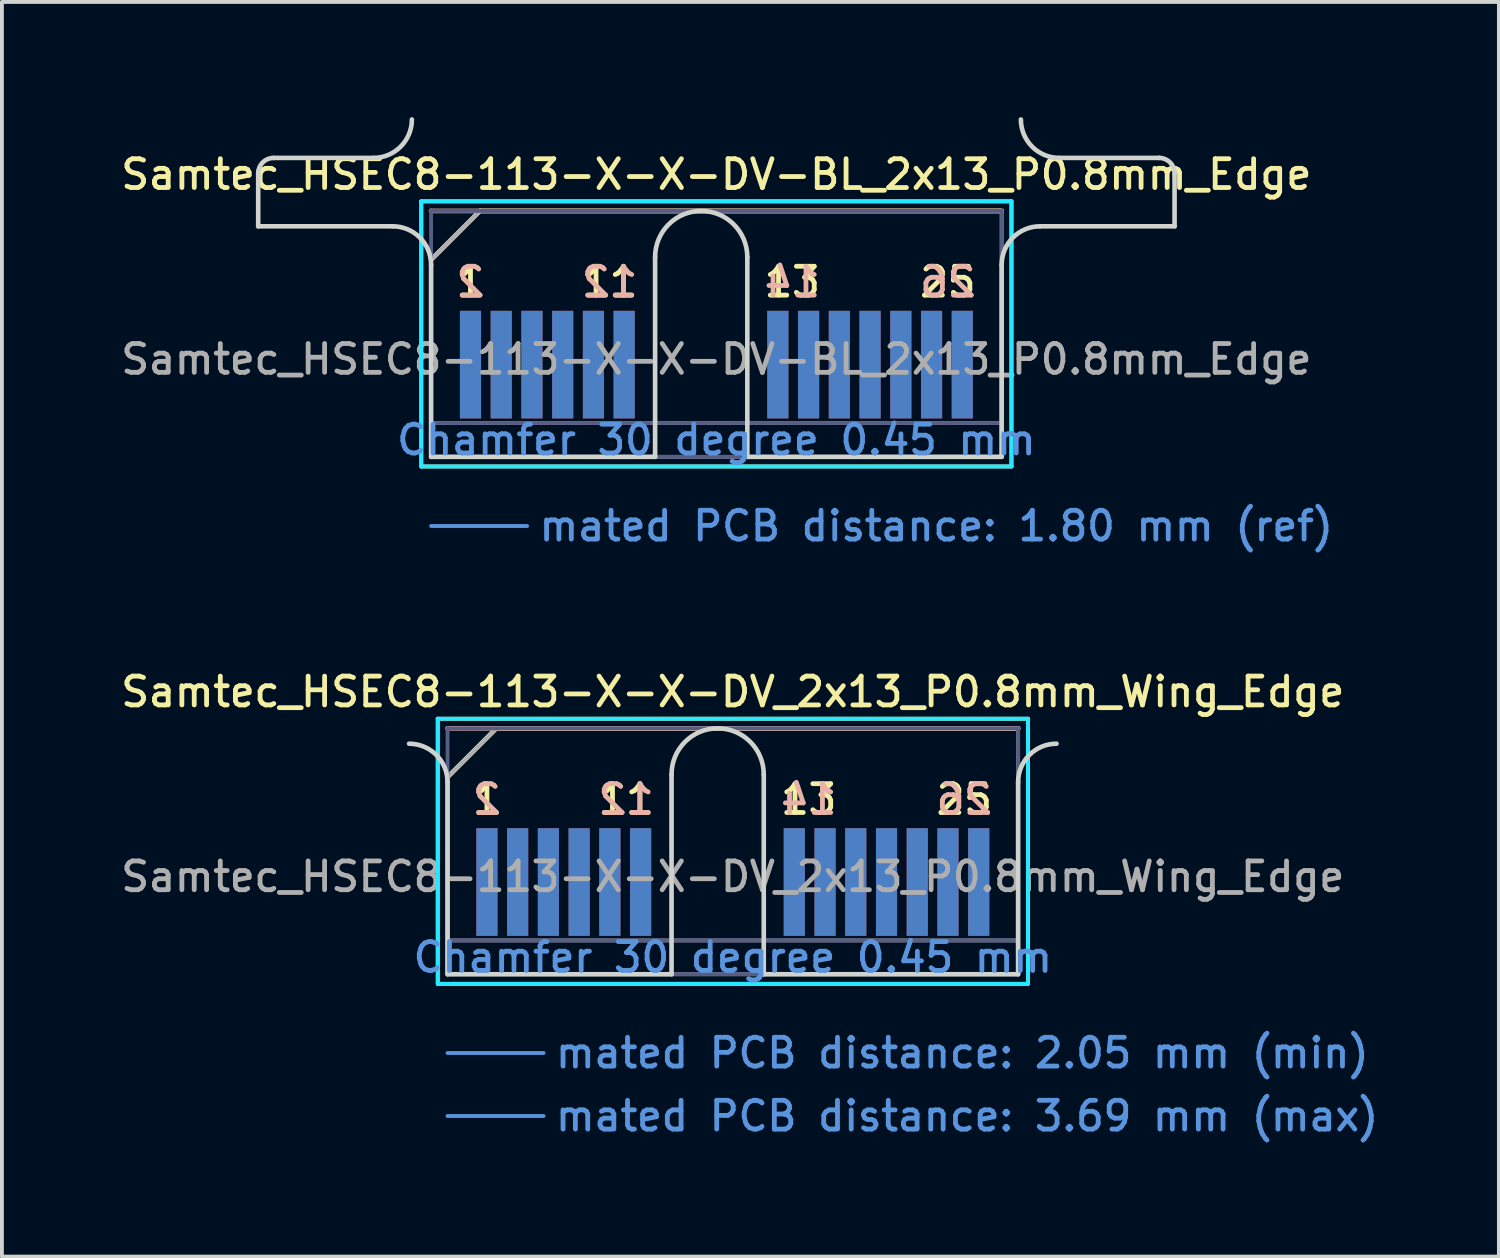
<source format=kicad_pcb>
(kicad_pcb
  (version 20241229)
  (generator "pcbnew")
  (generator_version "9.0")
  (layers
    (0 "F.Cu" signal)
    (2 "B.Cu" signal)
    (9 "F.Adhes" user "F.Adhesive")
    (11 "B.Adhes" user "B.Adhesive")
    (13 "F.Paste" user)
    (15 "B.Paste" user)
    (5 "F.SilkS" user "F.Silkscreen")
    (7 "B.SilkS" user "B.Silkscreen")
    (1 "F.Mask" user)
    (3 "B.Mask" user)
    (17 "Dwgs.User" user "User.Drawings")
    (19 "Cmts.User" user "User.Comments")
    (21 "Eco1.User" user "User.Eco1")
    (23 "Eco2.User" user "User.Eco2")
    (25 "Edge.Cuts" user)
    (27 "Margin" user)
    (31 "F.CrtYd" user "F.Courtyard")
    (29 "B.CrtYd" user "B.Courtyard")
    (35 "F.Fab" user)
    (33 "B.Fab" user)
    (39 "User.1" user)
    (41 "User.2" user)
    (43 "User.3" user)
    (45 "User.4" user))
  (footprint "Samtec_HSEC8-113-X-X-DV_2x13_P0.8mm_Wing_Edge"
    (layer "F.Cu")
    (at 16.023 22.306)
    (property "Reference" "Samtec_HSEC8-113-X-X-DV_2x13_P0.8mm_Wing_Edge" (at 0 -7.35 0) (layer "F.SilkS") (effects (font (size 0.75 0.75) (thickness 0.125))))
    (attr exclude_from_pos_files exclude_from_bom)
    (fp_line (start -7.68 -6.65) (end -7.68 0.25) (stroke (width 0.1) (type solid)) (layer "F.SilkS"))
    (fp_line (start -7.68 0.25) (end 7.68 0.25) (stroke (width 0.1) (type solid)) (layer "F.SilkS"))
    (fp_line (start -7.425 -5.13) (end -6.155 -6.4) (stroke (width 0.12) (type solid)) (layer "F.SilkS"))
    (fp_line (start -6.155 -6.4) (end 7.425 -6.4) (stroke (width 0.12) (type solid)) (layer "F.SilkS"))
    (fp_line (start 7.68 -6.65) (end -7.68 -6.65) (stroke (width 0.1) (type solid)) (layer "F.SilkS"))
    (fp_line (start 7.68 0.25) (end 7.68 -6.65) (stroke (width 0.1) (type solid)) (layer "F.SilkS"))
    (fp_line (start -7.425 -6.4) (end -7.425 -6.4) (stroke (width 0.12) (type solid)) (layer "B.SilkS"))
    (fp_line (start -7.425 -6.4) (end 7.425 -6.4) (stroke (width 0.12) (type solid)) (layer "B.SilkS"))
    (fp_line (start -7.425 2.05) (end -4.925 2.05) (stroke (width 0.1) (type solid)) (layer "Cmts.User"))
    (fp_line (start -7.425 3.69) (end -4.925 3.69) (stroke (width 0.1) (type solid)) (layer "Cmts.User"))
    (fp_line (start -7.425 -5) (end -7.425 0) (stroke (width 0.12) (type solid)) (layer "Edge.Cuts"))
    (fp_line (start -7.425 0) (end -1.595 0) (stroke (width 0.12) (type solid)) (layer "Edge.Cuts"))
    (fp_line (start -1.595 0) (end -1.595 -5.2) (stroke (width 0.12) (type solid)) (layer "Edge.Cuts"))
    (fp_line (start 0.805 -5.2) (end 0.805 0) (stroke (width 0.12) (type solid)) (layer "Edge.Cuts"))
    (fp_line (start 0.805 0) (end 7.425 0) (stroke (width 0.12) (type solid)) (layer "Edge.Cuts"))
    (fp_line (start 7.425 0) (end 7.425 -5) (stroke (width 0.12) (type solid)) (layer "Edge.Cuts"))
    (fp_arc (start -8.425 -6) (mid -7.717893 -5.707107) (end -7.425 -5) (stroke (width 0.12) (type solid)) (layer "Edge.Cuts"))
    (fp_arc (start -1.595 -5.2) (mid -0.395 -6.4) (end 0.805 -5.2) (stroke (width 0.12) (type solid)) (layer "Edge.Cuts"))
    (fp_arc (start 7.425 -5) (mid 7.717893 -5.707107) (end 8.425 -6) (stroke (width 0.12) (type solid)) (layer "Edge.Cuts"))
    (fp_line (start -7.68 -6.65) (end -7.68 0.25) (stroke (width 0.1) (type solid)) (layer "B.CrtYd"))
    (fp_line (start -7.68 0.25) (end 7.68 0.25) (stroke (width 0.1) (type solid)) (layer "B.CrtYd"))
    (fp_line (start 7.68 -6.65) (end -7.68 -6.65) (stroke (width 0.1) (type solid)) (layer "B.CrtYd"))
    (fp_line (start 7.68 0.25) (end 7.68 -6.65) (stroke (width 0.1) (type solid)) (layer "B.CrtYd"))
    (fp_line (start -7.425 -6.4) (end -7.425 -6.4) (stroke (width 0.1) (type solid)) (layer "B.Fab"))
    (fp_line (start -7.425 -6.4) (end -7.425 0) (stroke (width 0.1) (type solid)) (layer "B.Fab"))
    (fp_line (start -7.425 -6.4) (end 7.425 -6.4) (stroke (width 0.1) (type solid)) (layer "B.Fab"))
    (fp_line (start -7.425 -0.88) (end 7.425 -0.88) (stroke (width 0.1) (type solid)) (layer "B.Fab"))
    (fp_line (start -7.425 0) (end 7.425 0) (stroke (width 0.1) (type solid)) (layer "B.Fab"))
    (fp_line (start 7.425 -6.4) (end 7.425 0) (stroke (width 0.1) (type solid)) (layer "B.Fab"))
    (fp_line (start -7.425 -5.13) (end -7.425 0) (stroke (width 0.1) (type solid)) (layer "F.Fab"))
    (fp_line (start -7.425 -5.13) (end -6.155 -6.4) (stroke (width 0.1) (type solid)) (layer "F.Fab"))
    (fp_line (start -7.425 -0.88) (end 7.425 -0.88) (stroke (width 0.1) (type solid)) (layer "F.Fab"))
    (fp_line (start -7.425 0) (end 7.425 0) (stroke (width 0.1) (type solid)) (layer "F.Fab"))
    (fp_line (start -6.155 -6.4) (end 7.425 -6.4) (stroke (width 0.1) (type solid)) (layer "F.Fab"))
    (fp_line (start 7.425 -6.4) (end 7.425 0) (stroke (width 0.1) (type solid)) (layer "F.Fab"))
    (fp_text user "25" (at 6.025 -4.55 0) (layer "F.SilkS") (effects (font (size 0.75 0.75) (thickness 0.125))))
    (fp_text user "13" (at 1.975 -4.55 0) (layer "F.SilkS") (effects (font (size 0.75 0.75) (thickness 0.125))))
    (fp_text user "11" (at -2.775 -4.55 0) (layer "F.SilkS") (effects (font (size 0.75 0.75) (thickness 0.125))))
    (fp_text user "1" (at -6.4 -4.55 0) (layer "F.SilkS") (effects (font (size 0.75 0.75) (thickness 0.125))))
    (fp_text user "14" (at 1.975 -4.55 0) (layer "B.SilkS") (effects (font (size 0.75 0.75) (thickness 0.125)) (justify mirror)))
    (fp_text user "12" (at -2.775 -4.55 0) (layer "B.SilkS") (effects (font (size 0.75 0.75) (thickness 0.125)) (justify mirror)))
    (fp_text user "26" (at 6.025 -4.55 0) (layer "B.SilkS") (effects (font (size 0.75 0.75) (thickness 0.125)) (justify mirror)))
    (fp_text user "2" (at -6.4 -4.55 0) (layer "B.SilkS") (effects (font (size 0.75 0.75) (thickness 0.125)) (justify mirror)))
    (fp_text user "mated PCB distance: 2.05 mm (min)" (at -4.68 2.05 0) (layer "Cmts.User") (effects (font (size 0.75 0.75) (thickness 0.125)) (justify left)))
    (fp_text user "mated PCB distance: 3.69 mm (max)" (at -4.68 3.69 0) (layer "Cmts.User") (effects (font (size 0.75 0.75) (thickness 0.125)) (justify left)))
    (fp_text user "Chamfer 30 degree 0.45 mm" (at 0 -0.44 0) (layer "Cmts.User") (effects (font (size 0.75 0.75) (thickness 0.125))))
    (fp_text user "${REFERENCE}" (at 0 -2.54 0) (layer "F.Fab") (effects (font (size 0.75 0.75) (thickness 0.125))))
    (pad "1" connect rect (at -6.4 -2.4) (size 0.55 2.8) (layers "F.Cu" "F.Mask"))
    (pad "2" connect rect (at -6.4 -2.4) (size 0.55 2.8) (layers "B.Cu" "B.Mask"))
    (pad "3" connect rect (at -5.6 -2.4) (size 0.55 2.8) (layers "F.Cu" "F.Mask"))
    (pad "4" connect rect (at -5.6 -2.4) (size 0.55 2.8) (layers "B.Cu" "B.Mask"))
    (pad "5" connect rect (at -4.8 -2.4) (size 0.55 2.8) (layers "F.Cu" "F.Mask"))
    (pad "6" connect rect (at -4.8 -2.4) (size 0.55 2.8) (layers "B.Cu" "B.Mask"))
    (pad "7" connect rect (at -4 -2.4) (size 0.55 2.8) (layers "F.Cu" "F.Mask"))
    (pad "8" connect rect (at -4 -2.4) (size 0.55 2.8) (layers "B.Cu" "B.Mask"))
    (pad "9" connect rect (at -3.2 -2.4) (size 0.55 2.8) (layers "F.Cu" "F.Mask"))
    (pad "10" connect rect (at -3.2 -2.4) (size 0.55 2.8) (layers "B.Cu" "B.Mask"))
    (pad "11" connect rect (at -2.4 -2.4) (size 0.55 2.8) (layers "F.Cu" "F.Mask"))
    (pad "12" connect rect (at -2.4 -2.4) (size 0.55 2.8) (layers "B.Cu" "B.Mask"))
    (pad "13" connect rect (at 1.6 -2.4) (size 0.55 2.8) (layers "F.Cu" "F.Mask"))
    (pad "14" connect rect (at 1.6 -2.4) (size 0.55 2.8) (layers "B.Cu" "B.Mask"))
    (pad "15" connect rect (at 2.4 -2.4) (size 0.55 2.8) (layers "F.Cu" "F.Mask"))
    (pad "16" connect rect (at 2.4 -2.4) (size 0.55 2.8) (layers "B.Cu" "B.Mask"))
    (pad "17" connect rect (at 3.2 -2.4) (size 0.55 2.8) (layers "F.Cu" "F.Mask"))
    (pad "18" connect rect (at 3.2 -2.4) (size 0.55 2.8) (layers "B.Cu" "B.Mask"))
    (pad "19" connect rect (at 4 -2.4) (size 0.55 2.8) (layers "F.Cu" "F.Mask"))
    (pad "20" connect rect (at 4 -2.4) (size 0.55 2.8) (layers "B.Cu" "B.Mask"))
    (pad "21" connect rect (at 4.8 -2.4) (size 0.55 2.8) (layers "F.Cu" "F.Mask"))
    (pad "22" connect rect (at 4.8 -2.4) (size 0.55 2.8) (layers "B.Cu" "B.Mask"))
    (pad "23" connect rect (at 5.6 -2.4) (size 0.55 2.8) (layers "F.Cu" "F.Mask"))
    (pad "24" connect rect (at 5.6 -2.4) (size 0.55 2.8) (layers "B.Cu" "B.Mask"))
    (pad "25" connect rect (at 6.4 -2.4) (size 0.55 2.8) (layers "F.Cu" "F.Mask"))
    (pad "26" connect rect (at 6.4 -2.4) (size 0.55 2.8) (layers "B.Cu" "B.Mask")))
  (footprint "Samtec_HSEC8-113-X-X-DV-BL_2x13_P0.8mm_Edge"
    (layer "F.Cu")
    (at 15.595 8.84)
    (property "Reference" "Samtec_HSEC8-113-X-X-DV-BL_2x13_P0.8mm_Edge" (at 0 -7.35 0) (layer "F.SilkS") (effects (font (size 0.75 0.75) (thickness 0.125))))
    (attr exclude_from_pos_files exclude_from_bom)
    (fp_line (start -7.68 -6.65) (end -7.68 0.25) (stroke (width 0.1) (type solid)) (layer "F.SilkS"))
    (fp_line (start -7.68 0.25) (end 7.68 0.25) (stroke (width 0.1) (type solid)) (layer "F.SilkS"))
    (fp_line (start -7.425 -5.13) (end -6.155 -6.4) (stroke (width 0.12) (type solid)) (layer "F.SilkS"))
    (fp_line (start -6.155 -6.4) (end 7.425 -6.4) (stroke (width 0.12) (type solid)) (layer "F.SilkS"))
    (fp_line (start 7.68 -6.65) (end -7.68 -6.65) (stroke (width 0.1) (type solid)) (layer "F.SilkS"))
    (fp_line (start 7.68 0.25) (end 7.68 -6.65) (stroke (width 0.1) (type solid)) (layer "F.SilkS"))
    (fp_line (start -7.425 -6.4) (end -7.425 -6.4) (stroke (width 0.12) (type solid)) (layer "B.SilkS"))
    (fp_line (start -7.425 -6.4) (end 7.425 -6.4) (stroke (width 0.12) (type solid)) (layer "B.SilkS"))
    (fp_line (start -7.425 1.8) (end -4.925 1.8) (stroke (width 0.1) (type solid)) (layer "Cmts.User"))
    (fp_line (start -11.925 -6) (end -11.925 -7.38) (stroke (width 0.12) (type solid)) (layer "Edge.Cuts"))
    (fp_line (start -11.525 -7.78) (end -8.925 -7.78) (stroke (width 0.12) (type solid)) (layer "Edge.Cuts"))
    (fp_line (start -8.425 -6) (end -11.925 -6) (stroke (width 0.12) (type solid)) (layer "Edge.Cuts"))
    (fp_line (start -7.425 -5) (end -7.425 0) (stroke (width 0.12) (type solid)) (layer "Edge.Cuts"))
    (fp_line (start -7.425 0) (end -1.595 0) (stroke (width 0.12) (type solid)) (layer "Edge.Cuts"))
    (fp_line (start -1.595 0) (end -1.595 -5.2) (stroke (width 0.12) (type solid)) (layer "Edge.Cuts"))
    (fp_line (start 0.805 -5.2) (end 0.805 0) (stroke (width 0.12) (type solid)) (layer "Edge.Cuts"))
    (fp_line (start 0.805 0) (end 7.425 0) (stroke (width 0.12) (type solid)) (layer "Edge.Cuts"))
    (fp_line (start 7.425 0) (end 7.425 -5) (stroke (width 0.12) (type solid)) (layer "Edge.Cuts"))
    (fp_line (start 8.425 -6) (end 11.925 -6) (stroke (width 0.12) (type solid)) (layer "Edge.Cuts"))
    (fp_line (start 11.525 -7.78) (end 8.925 -7.78) (stroke (width 0.12) (type solid)) (layer "Edge.Cuts"))
    (fp_line (start 11.925 -6) (end 11.925 -7.38) (stroke (width 0.12) (type solid)) (layer "Edge.Cuts"))
    (fp_arc (start -11.925 -7.38) (mid -11.807843 -7.662843) (end -11.525 -7.78) (stroke (width 0.12) (type solid)) (layer "Edge.Cuts"))
    (fp_arc (start -8.425 -6) (mid -7.717893 -5.707107) (end -7.425 -5) (stroke (width 0.12) (type solid)) (layer "Edge.Cuts"))
    (fp_arc (start -7.925 -8.78) (mid -8.217893 -8.072893) (end -8.925 -7.78) (stroke (width 0.12) (type solid)) (layer "Edge.Cuts"))
    (fp_arc (start -1.595 -5.2) (mid -0.395 -6.4) (end 0.805 -5.2) (stroke (width 0.12) (type solid)) (layer "Edge.Cuts"))
    (fp_arc (start 7.425 -5) (mid 7.717893 -5.707107) (end 8.425 -6) (stroke (width 0.12) (type solid)) (layer "Edge.Cuts"))
    (fp_arc (start 8.925 -7.78) (mid 8.217893 -8.072893) (end 7.925 -8.78) (stroke (width 0.12) (type solid)) (layer "Edge.Cuts"))
    (fp_arc (start 11.525 -7.78) (mid 11.807843 -7.662843) (end 11.925 -7.38) (stroke (width 0.12) (type solid)) (layer "Edge.Cuts"))
    (fp_line (start -7.68 -6.65) (end -7.68 0.25) (stroke (width 0.1) (type solid)) (layer "B.CrtYd"))
    (fp_line (start -7.68 0.25) (end 7.68 0.25) (stroke (width 0.1) (type solid)) (layer "B.CrtYd"))
    (fp_line (start 7.68 -6.65) (end -7.68 -6.65) (stroke (width 0.1) (type solid)) (layer "B.CrtYd"))
    (fp_line (start 7.68 0.25) (end 7.68 -6.65) (stroke (width 0.1) (type solid)) (layer "B.CrtYd"))
    (fp_line (start -7.425 -6.4) (end -7.425 -6.4) (stroke (width 0.1) (type solid)) (layer "B.Fab"))
    (fp_line (start -7.425 -6.4) (end -7.425 0) (stroke (width 0.1) (type solid)) (layer "B.Fab"))
    (fp_line (start -7.425 -6.4) (end 7.425 -6.4) (stroke (width 0.1) (type solid)) (layer "B.Fab"))
    (fp_line (start -7.425 -0.88) (end 7.425 -0.88) (stroke (width 0.1) (type solid)) (layer "B.Fab"))
    (fp_line (start -7.425 0) (end 7.425 0) (stroke (width 0.1) (type solid)) (layer "B.Fab"))
    (fp_line (start 7.425 -6.4) (end 7.425 0) (stroke (width 0.1) (type solid)) (layer "B.Fab"))
    (fp_line (start -7.425 -5.13) (end -7.425 0) (stroke (width 0.1) (type solid)) (layer "F.Fab"))
    (fp_line (start -7.425 -5.13) (end -6.155 -6.4) (stroke (width 0.1) (type solid)) (layer "F.Fab"))
    (fp_line (start -7.425 -0.88) (end 7.425 -0.88) (stroke (width 0.1) (type solid)) (layer "F.Fab"))
    (fp_line (start -7.425 0) (end 7.425 0) (stroke (width 0.1) (type solid)) (layer "F.Fab"))
    (fp_line (start -6.155 -6.4) (end 7.425 -6.4) (stroke (width 0.1) (type solid)) (layer "F.Fab"))
    (fp_line (start 7.425 -6.4) (end 7.425 0) (stroke (width 0.1) (type solid)) (layer "F.Fab"))
    (fp_text user "13" (at 1.975 -4.55 0) (layer "F.SilkS") (effects (font (size 0.75 0.75) (thickness 0.125))))
    (fp_text user "1" (at -6.4 -4.55 0) (layer "F.SilkS") (effects (font (size 0.75 0.75) (thickness 0.125))))
    (fp_text user "11" (at -2.775 -4.55 0) (layer "F.SilkS") (effects (font (size 0.75 0.75) (thickness 0.125))))
    (fp_text user "25" (at 6.025 -4.55 0) (layer "F.SilkS") (effects (font (size 0.75 0.75) (thickness 0.125))))
    (fp_text user "14" (at 1.975 -4.55 0) (layer "B.SilkS") (effects (font (size 0.75 0.75) (thickness 0.125)) (justify mirror)))
    (fp_text user "12" (at -2.775 -4.55 0) (layer "B.SilkS") (effects (font (size 0.75 0.75) (thickness 0.125)) (justify mirror)))
    (fp_text user "2" (at -6.4 -4.55 0) (layer "B.SilkS") (effects (font (size 0.75 0.75) (thickness 0.125)) (justify mirror)))
    (fp_text user "26" (at 6.025 -4.55 0) (layer "B.SilkS") (effects (font (size 0.75 0.75) (thickness 0.125)) (justify mirror)))
    (fp_text user "Chamfer 30 degree 0.45 mm" (at 0 -0.44 0) (layer "Cmts.User") (effects (font (size 0.75 0.75) (thickness 0.125))))
    (fp_text user "mated PCB distance: 1.80 mm (ref)" (at -4.68 1.8 0) (layer "Cmts.User") (effects (font (size 0.75 0.75) (thickness 0.125)) (justify left)))
    (fp_text user "${REFERENCE}" (at 0 -2.54 0) (layer "F.Fab") (effects (font (size 0.75 0.75) (thickness 0.125))))
    (pad "1" connect rect (at -6.4 -2.4) (size 0.55 2.8) (layers "F.Cu" "F.Mask"))
    (pad "2" connect rect (at -6.4 -2.4) (size 0.55 2.8) (layers "B.Cu" "B.Mask"))
    (pad "3" connect rect (at -5.6 -2.4) (size 0.55 2.8) (layers "F.Cu" "F.Mask"))
    (pad "4" connect rect (at -5.6 -2.4) (size 0.55 2.8) (layers "B.Cu" "B.Mask"))
    (pad "5" connect rect (at -4.8 -2.4) (size 0.55 2.8) (layers "F.Cu" "F.Mask"))
    (pad "6" connect rect (at -4.8 -2.4) (size 0.55 2.8) (layers "B.Cu" "B.Mask"))
    (pad "7" connect rect (at -4 -2.4) (size 0.55 2.8) (layers "F.Cu" "F.Mask"))
    (pad "8" connect rect (at -4 -2.4) (size 0.55 2.8) (layers "B.Cu" "B.Mask"))
    (pad "9" connect rect (at -3.2 -2.4) (size 0.55 2.8) (layers "F.Cu" "F.Mask"))
    (pad "10" connect rect (at -3.2 -2.4) (size 0.55 2.8) (layers "B.Cu" "B.Mask"))
    (pad "11" connect rect (at -2.4 -2.4) (size 0.55 2.8) (layers "F.Cu" "F.Mask"))
    (pad "12" connect rect (at -2.4 -2.4) (size 0.55 2.8) (layers "B.Cu" "B.Mask"))
    (pad "13" connect rect (at 1.6 -2.4) (size 0.55 2.8) (layers "F.Cu" "F.Mask"))
    (pad "14" connect rect (at 1.6 -2.4) (size 0.55 2.8) (layers "B.Cu" "B.Mask"))
    (pad "15" connect rect (at 2.4 -2.4) (size 0.55 2.8) (layers "F.Cu" "F.Mask"))
    (pad "16" connect rect (at 2.4 -2.4) (size 0.55 2.8) (layers "B.Cu" "B.Mask"))
    (pad "17" connect rect (at 3.2 -2.4) (size 0.55 2.8) (layers "F.Cu" "F.Mask"))
    (pad "18" connect rect (at 3.2 -2.4) (size 0.55 2.8) (layers "B.Cu" "B.Mask"))
    (pad "19" connect rect (at 4 -2.4) (size 0.55 2.8) (layers "F.Cu" "F.Mask"))
    (pad "20" connect rect (at 4 -2.4) (size 0.55 2.8) (layers "B.Cu" "B.Mask"))
    (pad "21" connect rect (at 4.8 -2.4) (size 0.55 2.8) (layers "F.Cu" "F.Mask"))
    (pad "22" connect rect (at 4.8 -2.4) (size 0.55 2.8) (layers "B.Cu" "B.Mask"))
    (pad "23" connect rect (at 5.6 -2.4) (size 0.55 2.8) (layers "F.Cu" "F.Mask"))
    (pad "24" connect rect (at 5.6 -2.4) (size 0.55 2.8) (layers "B.Cu" "B.Mask"))
    (pad "25" connect rect (at 6.4 -2.4) (size 0.55 2.8) (layers "F.Cu" "F.Mask"))
    (pad "26" connect rect (at 6.4 -2.4) (size 0.55 2.8) (layers "B.Cu" "B.Mask")))
  (gr_rect
    (start -3 -3)
    (end 35.961 29.654)
    (stroke (width 0.1) (type default))
    (fill no)
    (layer "Edge.Cuts")))
</source>
